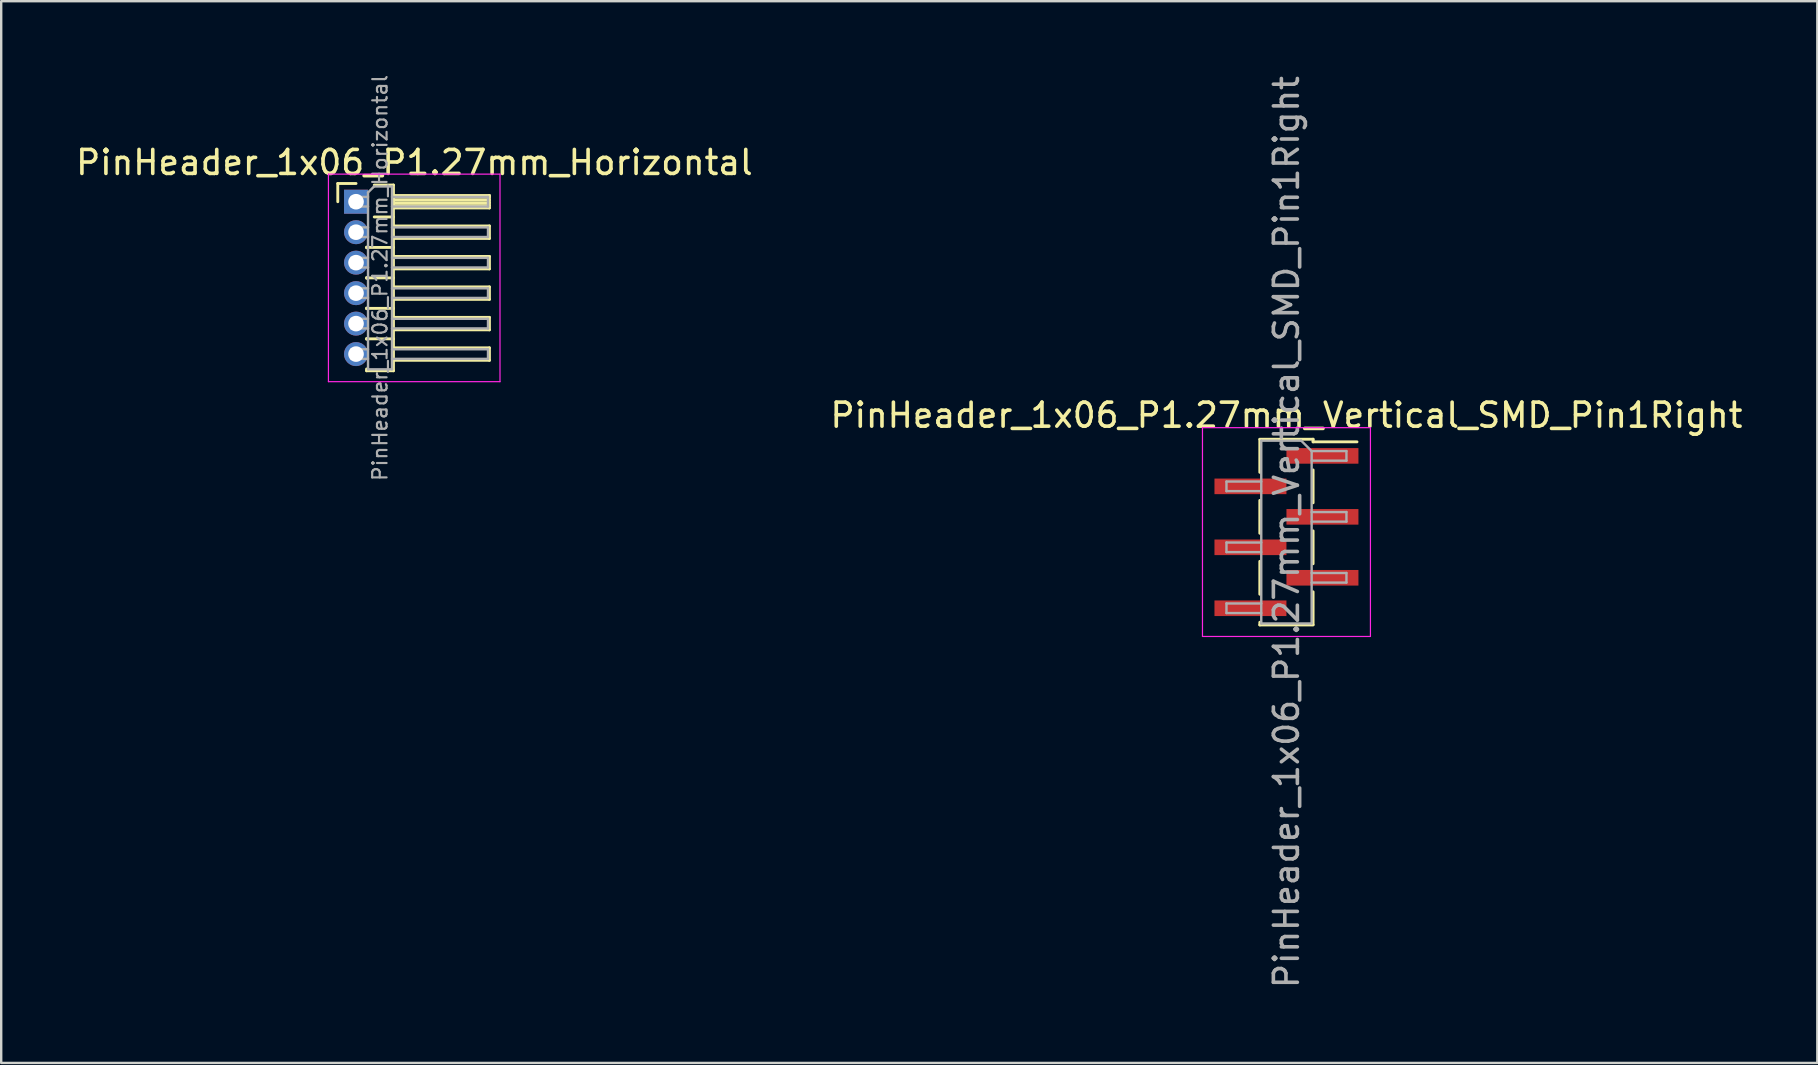
<source format=kicad_pcb>
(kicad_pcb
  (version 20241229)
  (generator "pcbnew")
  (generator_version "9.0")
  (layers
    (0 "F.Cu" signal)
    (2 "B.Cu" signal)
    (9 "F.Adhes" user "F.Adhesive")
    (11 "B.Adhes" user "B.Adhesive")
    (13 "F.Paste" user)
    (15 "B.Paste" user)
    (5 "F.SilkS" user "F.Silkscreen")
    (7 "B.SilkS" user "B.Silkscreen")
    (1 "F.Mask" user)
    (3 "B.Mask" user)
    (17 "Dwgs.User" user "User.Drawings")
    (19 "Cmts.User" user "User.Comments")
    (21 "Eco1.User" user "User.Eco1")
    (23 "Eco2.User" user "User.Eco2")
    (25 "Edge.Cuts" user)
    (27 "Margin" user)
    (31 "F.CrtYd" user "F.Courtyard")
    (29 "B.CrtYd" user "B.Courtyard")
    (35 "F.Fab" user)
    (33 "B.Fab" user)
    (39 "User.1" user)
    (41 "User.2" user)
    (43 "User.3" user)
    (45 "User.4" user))
  (footprint "PinHeader_1x06_P1.27mm_Vertical_SMD_Pin1Right"
    (layer "F.Cu")
    (at 50.565 19.125)
    (property "Reference" "PinHeader_1x06_P1.27mm_Vertical_SMD_Pin1Right" (at 0 -4.87 0) (layer "F.SilkS") (effects (font (size 1 1) (thickness 0.15))))
    (attr smd)
    (fp_line (start -1.11 -3.87) (end 1.11 -3.87) (stroke (width 0.12) (type solid)) (layer "F.SilkS"))
    (fp_line (start -1.11 -3.86) (end -1.11 -2.49) (stroke (width 0.12) (type solid)) (layer "F.SilkS"))
    (fp_line (start -1.11 -1.32) (end -1.11 0.05) (stroke (width 0.12) (type solid)) (layer "F.SilkS"))
    (fp_line (start -1.11 1.22) (end -1.11 2.59) (stroke (width 0.12) (type solid)) (layer "F.SilkS"))
    (fp_line (start -1.11 3.76) (end -1.11 3.87) (stroke (width 0.12) (type solid)) (layer "F.SilkS"))
    (fp_line (start -1.11 3.87) (end 1.11 3.87) (stroke (width 0.12) (type solid)) (layer "F.SilkS"))
    (fp_line (start 1.11 -3.87) (end 1.11 -3.76) (stroke (width 0.12) (type solid)) (layer "F.SilkS"))
    (fp_line (start 1.11 -3.76) (end 2.94 -3.76) (stroke (width 0.12) (type solid)) (layer "F.SilkS"))
    (fp_line (start 1.11 -2.59) (end 1.11 -1.22) (stroke (width 0.12) (type solid)) (layer "F.SilkS"))
    (fp_line (start 1.11 -0.05) (end 1.11 1.32) (stroke (width 0.12) (type solid)) (layer "F.SilkS"))
    (fp_line (start 1.11 2.49) (end 1.11 3.86) (stroke (width 0.12) (type solid)) (layer "F.SilkS"))
    (fp_line (start -3.5 -4.35) (end -3.5 4.35) (stroke (width 0.05) (type solid)) (layer "F.CrtYd"))
    (fp_line (start -3.5 4.35) (end 3.5 4.35) (stroke (width 0.05) (type solid)) (layer "F.CrtYd"))
    (fp_line (start 3.5 -4.35) (end -3.5 -4.35) (stroke (width 0.05) (type solid)) (layer "F.CrtYd"))
    (fp_line (start 3.5 4.35) (end 3.5 -4.35) (stroke (width 0.05) (type solid)) (layer "F.CrtYd"))
    (fp_line (start -2.5 -2.105) (end -2.5 -1.705) (stroke (width 0.1) (type solid)) (layer "F.Fab"))
    (fp_line (start -2.5 -1.705) (end -1.05 -1.705) (stroke (width 0.1) (type solid)) (layer "F.Fab"))
    (fp_line (start -2.5 0.435) (end -2.5 0.835) (stroke (width 0.1) (type solid)) (layer "F.Fab"))
    (fp_line (start -2.5 0.835) (end -1.05 0.835) (stroke (width 0.1) (type solid)) (layer "F.Fab"))
    (fp_line (start -2.5 2.975) (end -2.5 3.375) (stroke (width 0.1) (type solid)) (layer "F.Fab"))
    (fp_line (start -2.5 3.375) (end -1.05 3.375) (stroke (width 0.1) (type solid)) (layer "F.Fab"))
    (fp_line (start -1.05 -3.81) (end -1.05 3.81) (stroke (width 0.1) (type solid)) (layer "F.Fab"))
    (fp_line (start -1.05 -3.81) (end 0.615 -3.81) (stroke (width 0.1) (type solid)) (layer "F.Fab"))
    (fp_line (start -1.05 -2.105) (end -2.5 -2.105) (stroke (width 0.1) (type solid)) (layer "F.Fab"))
    (fp_line (start -1.05 0.435) (end -2.5 0.435) (stroke (width 0.1) (type solid)) (layer "F.Fab"))
    (fp_line (start -1.05 2.975) (end -2.5 2.975) (stroke (width 0.1) (type solid)) (layer "F.Fab"))
    (fp_line (start 1.05 -3.375) (end 0.615 -3.81) (stroke (width 0.1) (type solid)) (layer "F.Fab"))
    (fp_line (start 1.05 -3.375) (end 2.5 -3.375) (stroke (width 0.1) (type solid)) (layer "F.Fab"))
    (fp_line (start 1.05 -0.835) (end 2.5 -0.835) (stroke (width 0.1) (type solid)) (layer "F.Fab"))
    (fp_line (start 1.05 1.705) (end 2.5 1.705) (stroke (width 0.1) (type solid)) (layer "F.Fab"))
    (fp_line (start 1.05 3.81) (end -1.05 3.81) (stroke (width 0.1) (type solid)) (layer "F.Fab"))
    (fp_line (start 1.05 3.81) (end 1.05 -3.375) (stroke (width 0.1) (type solid)) (layer "F.Fab"))
    (fp_line (start 2.5 -3.375) (end 2.5 -2.975) (stroke (width 0.1) (type solid)) (layer "F.Fab"))
    (fp_line (start 2.5 -2.975) (end 1.05 -2.975) (stroke (width 0.1) (type solid)) (layer "F.Fab"))
    (fp_line (start 2.5 -0.835) (end 2.5 -0.435) (stroke (width 0.1) (type solid)) (layer "F.Fab"))
    (fp_line (start 2.5 -0.435) (end 1.05 -0.435) (stroke (width 0.1) (type solid)) (layer "F.Fab"))
    (fp_line (start 2.5 1.705) (end 2.5 2.105) (stroke (width 0.1) (type solid)) (layer "F.Fab"))
    (fp_line (start 2.5 2.105) (end 1.05 2.105) (stroke (width 0.1) (type solid)) (layer "F.Fab"))
    (fp_text user "${REFERENCE}" (at 0 0 90) (layer "F.Fab") (effects (font (size 1 1) (thickness 0.15))))
    (pad "1" smd rect (at 1.5 -3.175) (size 3 0.65) (layers "F.Cu" "F.Mask" "F.Paste"))
    (pad "2" smd rect (at -1.5 -1.905) (size 3 0.65) (layers "F.Cu" "F.Mask" "F.Paste"))
    (pad "3" smd rect (at 1.5 -0.635) (size 3 0.65) (layers "F.Cu" "F.Mask" "F.Paste"))
    (pad "4" smd rect (at -1.5 0.635) (size 3 0.65) (layers "F.Cu" "F.Mask" "F.Paste"))
    (pad "5" smd rect (at 1.5 1.905) (size 3 0.65) (layers "F.Cu" "F.Mask" "F.Paste"))
    (pad "6" smd rect (at -1.5 3.175) (size 3 0.65) (layers "F.Cu" "F.Mask" "F.Paste")))
  (footprint "PinHeader_1x06_P1.27mm_Horizontal"
    (layer "F.Cu")
    (at 11.788 5.357)
    (property "Reference" "PinHeader_1x06_P1.27mm_Horizontal" (at 2.433 -1.635 0) (layer "F.SilkS") (effects (font (size 1 1) (thickness 0.15))))
    (attr through_hole)
    (fp_line (start -0.76 -0.76) (end 0 -0.76) (stroke (width 0.12) (type solid)) (layer "F.SilkS"))
    (fp_line (start -0.76 0) (end -0.76 -0.76) (stroke (width 0.12) (type solid)) (layer "F.SilkS"))
    (fp_line (start 0.44 1.89) (end 0.44 1.92) (stroke (width 0.12) (type solid)) (layer "F.SilkS"))
    (fp_line (start 0.44 1.905) (end 1.56 1.905) (stroke (width 0.12) (type solid)) (layer "F.SilkS"))
    (fp_line (start 0.44 3.16) (end 0.44 3.19) (stroke (width 0.12) (type solid)) (layer "F.SilkS"))
    (fp_line (start 0.44 3.175) (end 1.56 3.175) (stroke (width 0.12) (type solid)) (layer "F.SilkS"))
    (fp_line (start 0.44 4.43) (end 0.44 4.46) (stroke (width 0.12) (type solid)) (layer "F.SilkS"))
    (fp_line (start 0.44 4.445) (end 1.56 4.445) (stroke (width 0.12) (type solid)) (layer "F.SilkS"))
    (fp_line (start 0.44 5.7) (end 0.44 5.73) (stroke (width 0.12) (type solid)) (layer "F.SilkS"))
    (fp_line (start 0.44 5.715) (end 1.56 5.715) (stroke (width 0.12) (type solid)) (layer "F.SilkS"))
    (fp_line (start 0.44 7.045) (end 0.44 6.97) (stroke (width 0.12) (type solid)) (layer "F.SilkS"))
    (fp_line (start 0.76 -0.695) (end 1.56 -0.695) (stroke (width 0.12) (type solid)) (layer "F.SilkS"))
    (fp_line (start 0.76 0.635) (end 1.56 0.635) (stroke (width 0.12) (type solid)) (layer "F.SilkS"))
    (fp_line (start 1.56 -0.695) (end 1.56 7.045) (stroke (width 0.12) (type solid)) (layer "F.SilkS"))
    (fp_line (start 1.56 -0.26) (end 5.56 -0.26) (stroke (width 0.12) (type solid)) (layer "F.SilkS"))
    (fp_line (start 1.56 -0.2) (end 5.56 -0.2) (stroke (width 0.12) (type solid)) (layer "F.SilkS"))
    (fp_line (start 1.56 -0.08) (end 5.56 -0.08) (stroke (width 0.12) (type solid)) (layer "F.SilkS"))
    (fp_line (start 1.56 0.04) (end 5.56 0.04) (stroke (width 0.12) (type solid)) (layer "F.SilkS"))
    (fp_line (start 1.56 0.16) (end 5.56 0.16) (stroke (width 0.12) (type solid)) (layer "F.SilkS"))
    (fp_line (start 1.56 1.01) (end 5.56 1.01) (stroke (width 0.12) (type solid)) (layer "F.SilkS"))
    (fp_line (start 1.56 2.28) (end 5.56 2.28) (stroke (width 0.12) (type solid)) (layer "F.SilkS"))
    (fp_line (start 1.56 3.55) (end 5.56 3.55) (stroke (width 0.12) (type solid)) (layer "F.SilkS"))
    (fp_line (start 1.56 4.82) (end 5.56 4.82) (stroke (width 0.12) (type solid)) (layer "F.SilkS"))
    (fp_line (start 1.56 6.09) (end 5.56 6.09) (stroke (width 0.12) (type solid)) (layer "F.SilkS"))
    (fp_line (start 1.56 7.045) (end 0.44 7.045) (stroke (width 0.12) (type solid)) (layer "F.SilkS"))
    (fp_line (start 5.56 -0.26) (end 5.56 0.26) (stroke (width 0.12) (type solid)) (layer "F.SilkS"))
    (fp_line (start 5.56 0.26) (end 1.56 0.26) (stroke (width 0.12) (type solid)) (layer "F.SilkS"))
    (fp_line (start 5.56 1.01) (end 5.56 1.53) (stroke (width 0.12) (type solid)) (layer "F.SilkS"))
    (fp_line (start 5.56 1.53) (end 1.56 1.53) (stroke (width 0.12) (type solid)) (layer "F.SilkS"))
    (fp_line (start 5.56 2.28) (end 5.56 2.8) (stroke (width 0.12) (type solid)) (layer "F.SilkS"))
    (fp_line (start 5.56 2.8) (end 1.56 2.8) (stroke (width 0.12) (type solid)) (layer "F.SilkS"))
    (fp_line (start 5.56 3.55) (end 5.56 4.07) (stroke (width 0.12) (type solid)) (layer "F.SilkS"))
    (fp_line (start 5.56 4.07) (end 1.56 4.07) (stroke (width 0.12) (type solid)) (layer "F.SilkS"))
    (fp_line (start 5.56 4.82) (end 5.56 5.34) (stroke (width 0.12) (type solid)) (layer "F.SilkS"))
    (fp_line (start 5.56 5.34) (end 1.56 5.34) (stroke (width 0.12) (type solid)) (layer "F.SilkS"))
    (fp_line (start 5.56 6.09) (end 5.56 6.61) (stroke (width 0.12) (type solid)) (layer "F.SilkS"))
    (fp_line (start 5.56 6.61) (end 1.56 6.61) (stroke (width 0.12) (type solid)) (layer "F.SilkS"))
    (fp_line (start -1.15 -1.15) (end -1.15 7.5) (stroke (width 0.05) (type solid)) (layer "F.CrtYd"))
    (fp_line (start -1.15 7.5) (end 6 7.5) (stroke (width 0.05) (type solid)) (layer "F.CrtYd"))
    (fp_line (start 6 -1.15) (end -1.15 -1.15) (stroke (width 0.05) (type solid)) (layer "F.CrtYd"))
    (fp_line (start 6 7.5) (end 6 -1.15) (stroke (width 0.05) (type solid)) (layer "F.CrtYd"))
    (fp_line (start -0.2 -0.2) (end -0.2 0.2) (stroke (width 0.1) (type solid)) (layer "F.Fab"))
    (fp_line (start -0.2 -0.2) (end 0.5 -0.2) (stroke (width 0.1) (type solid)) (layer "F.Fab"))
    (fp_line (start -0.2 0.2) (end 0.5 0.2) (stroke (width 0.1) (type solid)) (layer "F.Fab"))
    (fp_line (start -0.2 1.07) (end -0.2 1.47) (stroke (width 0.1) (type solid)) (layer "F.Fab"))
    (fp_line (start -0.2 1.07) (end 0.5 1.07) (stroke (width 0.1) (type solid)) (layer "F.Fab"))
    (fp_line (start -0.2 1.47) (end 0.5 1.47) (stroke (width 0.1) (type solid)) (layer "F.Fab"))
    (fp_line (start -0.2 2.34) (end -0.2 2.74) (stroke (width 0.1) (type solid)) (layer "F.Fab"))
    (fp_line (start -0.2 2.34) (end 0.5 2.34) (stroke (width 0.1) (type solid)) (layer "F.Fab"))
    (fp_line (start -0.2 2.74) (end 0.5 2.74) (stroke (width 0.1) (type solid)) (layer "F.Fab"))
    (fp_line (start -0.2 3.61) (end -0.2 4.01) (stroke (width 0.1) (type solid)) (layer "F.Fab"))
    (fp_line (start -0.2 3.61) (end 0.5 3.61) (stroke (width 0.1) (type solid)) (layer "F.Fab"))
    (fp_line (start -0.2 4.01) (end 0.5 4.01) (stroke (width 0.1) (type solid)) (layer "F.Fab"))
    (fp_line (start -0.2 4.88) (end -0.2 5.28) (stroke (width 0.1) (type solid)) (layer "F.Fab"))
    (fp_line (start -0.2 4.88) (end 0.5 4.88) (stroke (width 0.1) (type solid)) (layer "F.Fab"))
    (fp_line (start -0.2 5.28) (end 0.5 5.28) (stroke (width 0.1) (type solid)) (layer "F.Fab"))
    (fp_line (start -0.2 6.15) (end -0.2 6.55) (stroke (width 0.1) (type solid)) (layer "F.Fab"))
    (fp_line (start -0.2 6.15) (end 0.5 6.15) (stroke (width 0.1) (type solid)) (layer "F.Fab"))
    (fp_line (start -0.2 6.55) (end 0.5 6.55) (stroke (width 0.1) (type solid)) (layer "F.Fab"))
    (fp_line (start 0.5 -0.385) (end 0.75 -0.635) (stroke (width 0.1) (type solid)) (layer "F.Fab"))
    (fp_line (start 0.5 6.985) (end 0.5 -0.385) (stroke (width 0.1) (type solid)) (layer "F.Fab"))
    (fp_line (start 0.75 -0.635) (end 1.5 -0.635) (stroke (width 0.1) (type solid)) (layer "F.Fab"))
    (fp_line (start 1.5 -0.635) (end 1.5 6.985) (stroke (width 0.1) (type solid)) (layer "F.Fab"))
    (fp_line (start 1.5 -0.2) (end 5.5 -0.2) (stroke (width 0.1) (type solid)) (layer "F.Fab"))
    (fp_line (start 1.5 0.2) (end 5.5 0.2) (stroke (width 0.1) (type solid)) (layer "F.Fab"))
    (fp_line (start 1.5 1.07) (end 5.5 1.07) (stroke (width 0.1) (type solid)) (layer "F.Fab"))
    (fp_line (start 1.5 1.47) (end 5.5 1.47) (stroke (width 0.1) (type solid)) (layer "F.Fab"))
    (fp_line (start 1.5 2.34) (end 5.5 2.34) (stroke (width 0.1) (type solid)) (layer "F.Fab"))
    (fp_line (start 1.5 2.74) (end 5.5 2.74) (stroke (width 0.1) (type solid)) (layer "F.Fab"))
    (fp_line (start 1.5 3.61) (end 5.5 3.61) (stroke (width 0.1) (type solid)) (layer "F.Fab"))
    (fp_line (start 1.5 4.01) (end 5.5 4.01) (stroke (width 0.1) (type solid)) (layer "F.Fab"))
    (fp_line (start 1.5 4.88) (end 5.5 4.88) (stroke (width 0.1) (type solid)) (layer "F.Fab"))
    (fp_line (start 1.5 5.28) (end 5.5 5.28) (stroke (width 0.1) (type solid)) (layer "F.Fab"))
    (fp_line (start 1.5 6.15) (end 5.5 6.15) (stroke (width 0.1) (type solid)) (layer "F.Fab"))
    (fp_line (start 1.5 6.55) (end 5.5 6.55) (stroke (width 0.1) (type solid)) (layer "F.Fab"))
    (fp_line (start 1.5 6.985) (end 0.5 6.985) (stroke (width 0.1) (type solid)) (layer "F.Fab"))
    (fp_line (start 5.5 -0.2) (end 5.5 0.2) (stroke (width 0.1) (type solid)) (layer "F.Fab"))
    (fp_line (start 5.5 1.07) (end 5.5 1.47) (stroke (width 0.1) (type solid)) (layer "F.Fab"))
    (fp_line (start 5.5 2.34) (end 5.5 2.74) (stroke (width 0.1) (type solid)) (layer "F.Fab"))
    (fp_line (start 5.5 3.61) (end 5.5 4.01) (stroke (width 0.1) (type solid)) (layer "F.Fab"))
    (fp_line (start 5.5 4.88) (end 5.5 5.28) (stroke (width 0.1) (type solid)) (layer "F.Fab"))
    (fp_line (start 5.5 6.15) (end 5.5 6.55) (stroke (width 0.1) (type solid)) (layer "F.Fab"))
    (fp_text user "${REFERENCE}" (at 1 3.175 90) (layer "F.Fab") (effects (font (size 0.6 0.6) (thickness 0.09))))
    (pad "1" thru_hole rect (at 0 0) (size 1 1) (drill 0.65) (layers "*.Cu" "*.Mask"))
    (pad "2" thru_hole oval (at 0 1.27) (size 1 1) (drill 0.65) (layers "*.Cu" "*.Mask"))
    (pad "3" thru_hole oval (at 0 2.54) (size 1 1) (drill 0.65) (layers "*.Cu" "*.Mask"))
    (pad "4" thru_hole oval (at 0 3.81) (size 1 1) (drill 0.65) (layers "*.Cu" "*.Mask"))
    (pad "5" thru_hole oval (at 0 5.08) (size 1 1) (drill 0.65) (layers "*.Cu" "*.Mask"))
    (pad "6" thru_hole oval (at 0 6.35) (size 1 1) (drill 0.65) (layers "*.Cu" "*.Mask")))
  (gr_rect
    (start -3 -3)
    (end 72.69 41.25)
    (stroke (width 0.1) (type default))
    (fill no)
    (layer "Edge.Cuts")))
</source>
